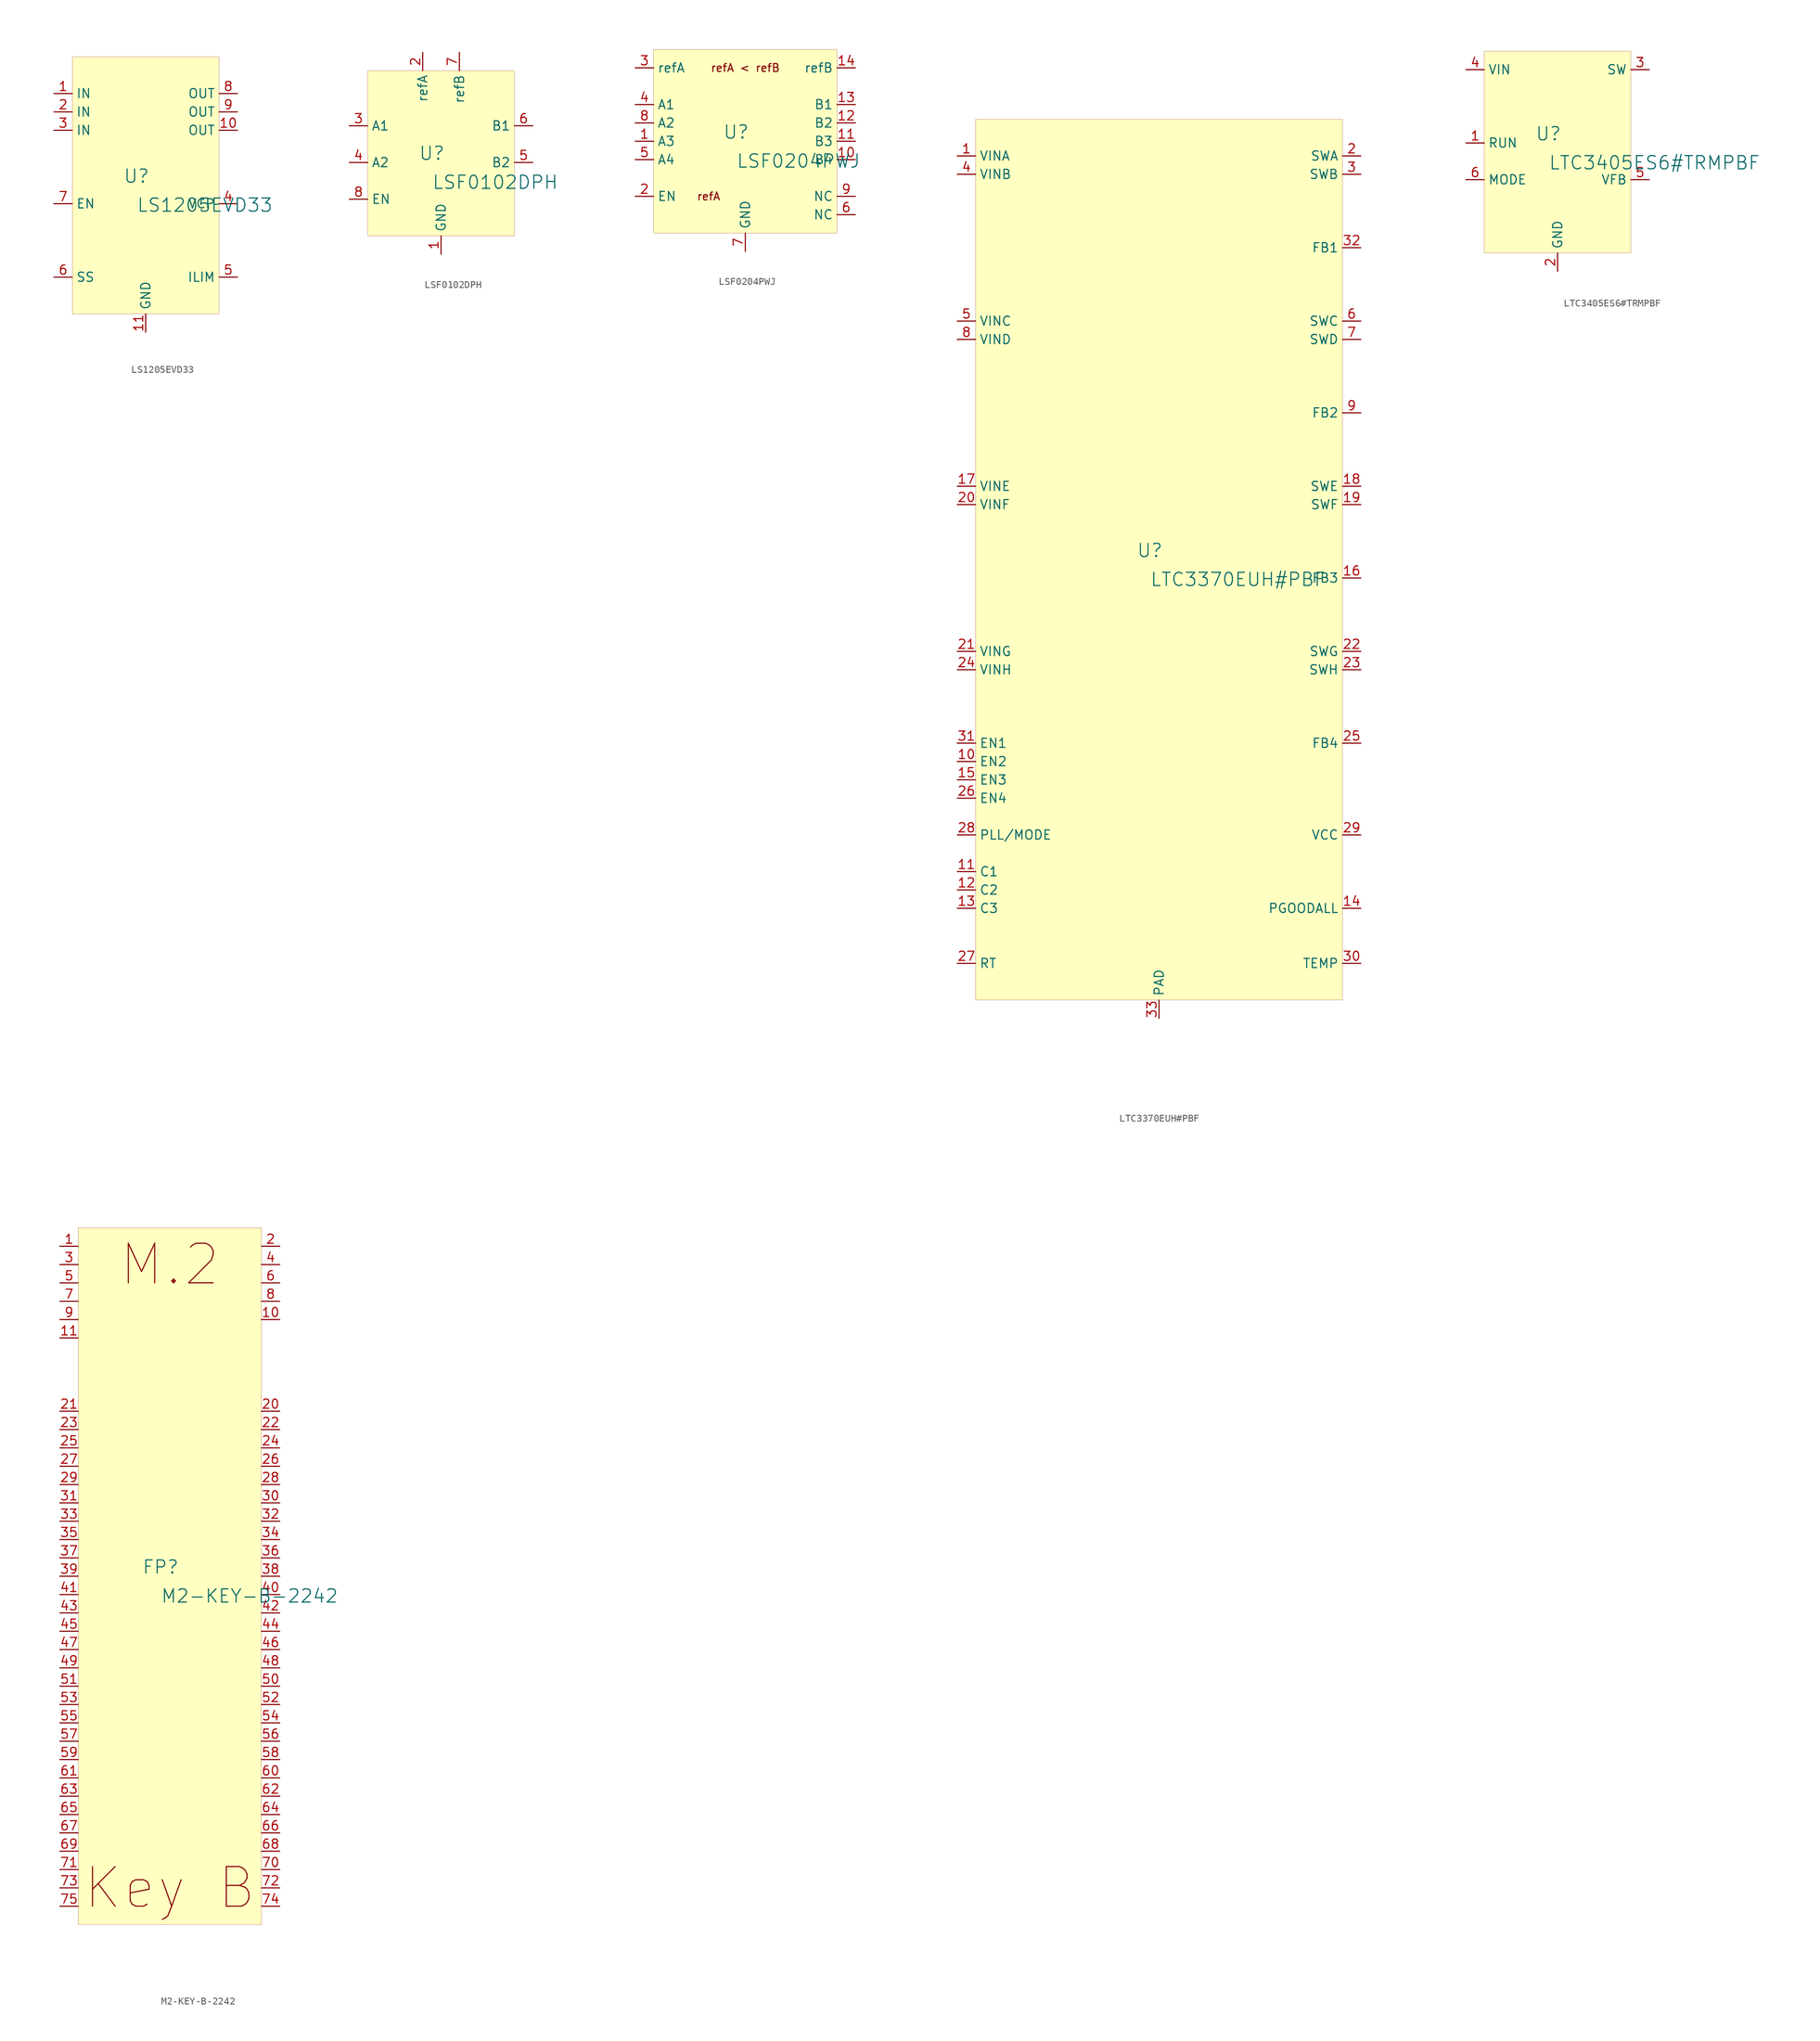
<source format=kicad_sym>
(kicad_symbol_lib
  (version 20231120)
  (generator "kicad_symbol_editor")
  (generator_version "8.0")
  (symbol "LS1205EVD33"
    (property "Reference" "U"
      (at -1.27 1.27 0)
      (effects (font (size 1.829 1.829))))
    (property "Value" "LS1205EVD33"
      (at -1.27 -3.81 0)
      (effects (font (size 1.829 1.829)) (justify left bottom)))
    (symbol "LS1205EVD33_1_0"
      (rectangle (start 10.16 17.78) (end -10.16 -17.78) (stroke (width 0.025) (type solid) (color 128 0 0 1)) (fill (type background)))
      (pin power_in line (at -12.7 12.7 0) (length 2.54) (name "IN" (effects (font (size 1.27 1.27)))) (number "1" (effects (font (size 1.27 1.27)))))
      (pin power_in line (at 12.7 7.62 180) (length 2.54) (name "OUT" (effects (font (size 1.27 1.27)))) (number "10" (effects (font (size 1.27 1.27)))))
      (pin power_in line (at 0 -20.32 90) (length 2.54) (name "GND" (effects (font (size 1.27 1.27)))) (number "11" (effects (font (size 1.27 1.27)))))
      (pin power_in line (at -12.7 10.16 0) (length 2.54) (name "IN" (effects (font (size 1.27 1.27)))) (number "2" (effects (font (size 1.27 1.27)))))
      (pin power_in line (at -12.7 7.62 0) (length 2.54) (name "IN" (effects (font (size 1.27 1.27)))) (number "3" (effects (font (size 1.27 1.27)))))
      (pin passive line (at 12.7 -2.54 180) (length 2.54) (name "VCP" (effects (font (size 1.27 1.27)))) (number "4" (effects (font (size 1.27 1.27)))))
      (pin passive line (at 12.7 -12.7 180) (length 2.54) (name "ILIM" (effects (font (size 1.27 1.27)))) (number "5" (effects (font (size 1.27 1.27)))))
      (pin passive line (at -12.7 -12.7 0) (length 2.54) (name "SS" (effects (font (size 1.27 1.27)))) (number "6" (effects (font (size 1.27 1.27)))))
      (pin input line (at -12.7 -2.54 0) (length 2.54) (name "EN" (effects (font (size 1.27 1.27)))) (number "7" (effects (font (size 1.27 1.27)))))
      (pin power_in line (at 12.7 12.7 180) (length 2.54) (name "OUT" (effects (font (size 1.27 1.27)))) (number "8" (effects (font (size 1.27 1.27)))))
      (pin power_in line (at 12.7 10.16 180) (length 2.54) (name "OUT" (effects (font (size 1.27 1.27)))) (number "9" (effects (font (size 1.27 1.27)))))))
  (symbol "LSF0102DPH"
    (property "Reference" "U"
      (at -1.27 1.27 0)
      (effects (font (size 1.829 1.829))))
    (property "Value" "LSF0102DPH"
      (at -1.27 -3.81 0)
      (effects (font (size 1.829 1.829)) (justify left bottom)))
    (symbol "LSF0102DPH_1_0"
      (rectangle (start 10.16 12.7) (end -10.16 -10.16) (stroke (width 0.025) (type solid) (color 128 0 0 1)) (fill (type background)))
      (pin passive line (at 0 -12.7 90) (length 2.54) (name "GND" (effects (font (size 1.27 1.27)))) (number "1" (effects (font (size 1.27 1.27)))))
      (pin passive line (at -2.54 15.24 270) (length 2.54) (name "refA" (effects (font (size 1.27 1.27)))) (number "2" (effects (font (size 1.27 1.27)))))
      (pin passive line (at -12.7 5.08 0) (length 2.54) (name "A1" (effects (font (size 1.27 1.27)))) (number "3" (effects (font (size 1.27 1.27)))))
      (pin passive line (at -12.7 0 0) (length 2.54) (name "A2" (effects (font (size 1.27 1.27)))) (number "4" (effects (font (size 1.27 1.27)))))
      (pin passive line (at 12.7 0 180) (length 2.54) (name "B2" (effects (font (size 1.27 1.27)))) (number "5" (effects (font (size 1.27 1.27)))))
      (pin passive line (at 12.7 5.08 180) (length 2.54) (name "B1" (effects (font (size 1.27 1.27)))) (number "6" (effects (font (size 1.27 1.27)))))
      (pin passive line (at 2.54 15.24 270) (length 2.54) (name "refB" (effects (font (size 1.27 1.27)))) (number "7" (effects (font (size 1.27 1.27)))))
      (pin passive line (at -12.7 -5.08 0) (length 2.54) (name "EN" (effects (font (size 1.27 1.27)))) (number "8" (effects (font (size 1.27 1.27)))))))
  (symbol "LSF0204PWJ"
    (property "Reference" "U"
      (at -1.27 1.27 0)
      (effects (font (size 1.829 1.829))))
    (property "Value" "LSF0204PWJ"
      (at -1.27 -3.81 0)
      (effects (font (size 1.829 1.829)) (justify left bottom)))
    (symbol "LSF0204PWJ_1_0"
      (rectangle (start 12.7 12.7) (end -12.7 -12.7) (stroke (width 0.025) (type solid) (color 128 0 0 1)) (fill (type background)))
      (text "refA" (at -5.08 -7.62 0) (effects (font (size 1.092 1.092))))
      (text "refA < refB" (at 0 10.16 0) (effects (font (size 1.092 1.092))))
      (pin bidirectional line (at -15.24 0 0) (length 2.54) (name "A3" (effects (font (size 1.27 1.27)))) (number "1" (effects (font (size 1.27 1.27)))))
      (pin bidirectional line (at 15.24 -2.54 180) (length 2.54) (name "B4" (effects (font (size 1.27 1.27)))) (number "10" (effects (font (size 1.27 1.27)))))
      (pin bidirectional line (at 15.24 0 180) (length 2.54) (name "B3" (effects (font (size 1.27 1.27)))) (number "11" (effects (font (size 1.27 1.27)))))
      (pin bidirectional line (at 15.24 2.54 180) (length 2.54) (name "B2" (effects (font (size 1.27 1.27)))) (number "12" (effects (font (size 1.27 1.27)))))
      (pin bidirectional line (at 15.24 5.08 180) (length 2.54) (name "B1" (effects (font (size 1.27 1.27)))) (number "13" (effects (font (size 1.27 1.27)))))
      (pin power_in line (at 15.24 10.16 180) (length 2.54) (name "refB" (effects (font (size 1.27 1.27)))) (number "14" (effects (font (size 1.27 1.27)))))
      (pin input line (at -15.24 -7.62 0) (length 2.54) (name "EN" (effects (font (size 1.27 1.27)))) (number "2" (effects (font (size 1.27 1.27)))))
      (pin power_in line (at -15.24 10.16 0) (length 2.54) (name "refA" (effects (font (size 1.27 1.27)))) (number "3" (effects (font (size 1.27 1.27)))))
      (pin bidirectional line (at -15.24 5.08 0) (length 2.54) (name "A1" (effects (font (size 1.27 1.27)))) (number "4" (effects (font (size 1.27 1.27)))))
      (pin bidirectional line (at -15.24 -2.54 0) (length 2.54) (name "A4" (effects (font (size 1.27 1.27)))) (number "5" (effects (font (size 1.27 1.27)))))
      (pin passive line (at 15.24 -10.16 180) (length 2.54) (name "NC" (effects (font (size 1.27 1.27)))) (number "6" (effects (font (size 1.27 1.27)))))
      (pin power_in line (at 0 -15.24 90) (length 2.54) (name "GND" (effects (font (size 1.27 1.27)))) (number "7" (effects (font (size 1.27 1.27)))))
      (pin bidirectional line (at -15.24 2.54 0) (length 2.54) (name "A2" (effects (font (size 1.27 1.27)))) (number "8" (effects (font (size 1.27 1.27)))))
      (pin passive line (at 15.24 -7.62 180) (length 2.54) (name "NC" (effects (font (size 1.27 1.27)))) (number "9" (effects (font (size 1.27 1.27)))))))
  (symbol "LTC3370EUH#PBF"
    (property "Reference" "U"
      (at -1.27 1.27 0)
      (effects (font (size 1.829 1.829))))
    (property "Value" "LTC3370EUH#PBF"
      (at -1.27 -3.81 0)
      (effects (font (size 1.829 1.829)) (justify left bottom)))
    (symbol "LTC3370EUH#PBF_1_0"
      (rectangle (start 25.4 60.96) (end -25.4 -60.96) (stroke (width 0.025) (type solid) (color 128 0 0 1)) (fill (type background)))
      (pin passive line (at -27.94 55.88 0) (length 2.54) (name "VINA" (effects (font (size 1.27 1.27)))) (number "1" (effects (font (size 1.27 1.27)))))
      (pin passive line (at -27.94 -27.94 0) (length 2.54) (name "EN2" (effects (font (size 1.27 1.27)))) (number "10" (effects (font (size 1.27 1.27)))))
      (pin passive line (at -27.94 -43.18 0) (length 2.54) (name "C1" (effects (font (size 1.27 1.27)))) (number "11" (effects (font (size 1.27 1.27)))))
      (pin passive line (at -27.94 -45.72 0) (length 2.54) (name "C2" (effects (font (size 1.27 1.27)))) (number "12" (effects (font (size 1.27 1.27)))))
      (pin passive line (at -27.94 -48.26 0) (length 2.54) (name "C3" (effects (font (size 1.27 1.27)))) (number "13" (effects (font (size 1.27 1.27)))))
      (pin passive line (at 27.94 -48.26 180) (length 2.54) (name "PGOODALL" (effects (font (size 1.27 1.27)))) (number "14" (effects (font (size 1.27 1.27)))))
      (pin passive line (at -27.94 -30.48 0) (length 2.54) (name "EN3" (effects (font (size 1.27 1.27)))) (number "15" (effects (font (size 1.27 1.27)))))
      (pin passive line (at 27.94 -2.54 180) (length 2.54) (name "FB3" (effects (font (size 1.27 1.27)))) (number "16" (effects (font (size 1.27 1.27)))))
      (pin passive line (at -27.94 10.16 0) (length 2.54) (name "VINE" (effects (font (size 1.27 1.27)))) (number "17" (effects (font (size 1.27 1.27)))))
      (pin passive line (at 27.94 10.16 180) (length 2.54) (name "SWE" (effects (font (size 1.27 1.27)))) (number "18" (effects (font (size 1.27 1.27)))))
      (pin passive line (at 27.94 7.62 180) (length 2.54) (name "SWF" (effects (font (size 1.27 1.27)))) (number "19" (effects (font (size 1.27 1.27)))))
      (pin passive line (at 27.94 55.88 180) (length 2.54) (name "SWA" (effects (font (size 1.27 1.27)))) (number "2" (effects (font (size 1.27 1.27)))))
      (pin passive line (at -27.94 7.62 0) (length 2.54) (name "VINF" (effects (font (size 1.27 1.27)))) (number "20" (effects (font (size 1.27 1.27)))))
      (pin passive line (at -27.94 -12.7 0) (length 2.54) (name "VING" (effects (font (size 1.27 1.27)))) (number "21" (effects (font (size 1.27 1.27)))))
      (pin passive line (at 27.94 -12.7 180) (length 2.54) (name "SWG" (effects (font (size 1.27 1.27)))) (number "22" (effects (font (size 1.27 1.27)))))
      (pin passive line (at 27.94 -15.24 180) (length 2.54) (name "SWH" (effects (font (size 1.27 1.27)))) (number "23" (effects (font (size 1.27 1.27)))))
      (pin passive line (at -27.94 -15.24 0) (length 2.54) (name "VINH" (effects (font (size 1.27 1.27)))) (number "24" (effects (font (size 1.27 1.27)))))
      (pin passive line (at 27.94 -25.4 180) (length 2.54) (name "FB4" (effects (font (size 1.27 1.27)))) (number "25" (effects (font (size 1.27 1.27)))))
      (pin passive line (at -27.94 -33.02 0) (length 2.54) (name "EN4" (effects (font (size 1.27 1.27)))) (number "26" (effects (font (size 1.27 1.27)))))
      (pin passive line (at -27.94 -55.88 0) (length 2.54) (name "RT" (effects (font (size 1.27 1.27)))) (number "27" (effects (font (size 1.27 1.27)))))
      (pin passive line (at -27.94 -38.1 0) (length 2.54) (name "PLL/MODE" (effects (font (size 1.27 1.27)))) (number "28" (effects (font (size 1.27 1.27)))))
      (pin passive line (at 27.94 -38.1 180) (length 2.54) (name "VCC" (effects (font (size 1.27 1.27)))) (number "29" (effects (font (size 1.27 1.27)))))
      (pin passive line (at 27.94 53.34 180) (length 2.54) (name "SWB" (effects (font (size 1.27 1.27)))) (number "3" (effects (font (size 1.27 1.27)))))
      (pin passive line (at 27.94 -55.88 180) (length 2.54) (name "TEMP" (effects (font (size 1.27 1.27)))) (number "30" (effects (font (size 1.27 1.27)))))
      (pin passive line (at -27.94 -25.4 0) (length 2.54) (name "EN1" (effects (font (size 1.27 1.27)))) (number "31" (effects (font (size 1.27 1.27)))))
      (pin passive line (at 27.94 43.18 180) (length 2.54) (name "FB1" (effects (font (size 1.27 1.27)))) (number "32" (effects (font (size 1.27 1.27)))))
      (pin passive line (at 0 -63.5 90) (length 2.54) (name "PAD" (effects (font (size 1.27 1.27)))) (number "33" (effects (font (size 1.27 1.27)))))
      (pin passive line (at -27.94 53.34 0) (length 2.54) (name "VINB" (effects (font (size 1.27 1.27)))) (number "4" (effects (font (size 1.27 1.27)))))
      (pin passive line (at -27.94 33.02 0) (length 2.54) (name "VINC" (effects (font (size 1.27 1.27)))) (number "5" (effects (font (size 1.27 1.27)))))
      (pin passive line (at 27.94 33.02 180) (length 2.54) (name "SWC" (effects (font (size 1.27 1.27)))) (number "6" (effects (font (size 1.27 1.27)))))
      (pin passive line (at 27.94 30.48 180) (length 2.54) (name "SWD" (effects (font (size 1.27 1.27)))) (number "7" (effects (font (size 1.27 1.27)))))
      (pin passive line (at -27.94 30.48 0) (length 2.54) (name "VIND" (effects (font (size 1.27 1.27)))) (number "8" (effects (font (size 1.27 1.27)))))
      (pin passive line (at 27.94 20.32 180) (length 2.54) (name "FB2" (effects (font (size 1.27 1.27)))) (number "9" (effects (font (size 1.27 1.27)))))))
  (symbol "LTC3405ES6#TRMPBF"
    (property "Reference" "U"
      (at -1.27 1.27 0)
      (effects (font (size 1.829 1.829))))
    (property "Value" "LTC3405ES6#TRMPBF"
      (at -1.27 -3.81 0)
      (effects (font (size 1.829 1.829)) (justify left bottom)))
    (symbol "LTC3405ES6#TRMPBF_1_0"
      (rectangle (start 10.16 12.7) (end -10.16 -15.24) (stroke (width 0.025) (type solid) (color 128 0 0 1)) (fill (type background)))
      (pin input line (at -12.7 0 0) (length 2.54) (name "RUN" (effects (font (size 1.27 1.27)))) (number "1" (effects (font (size 1.27 1.27)))))
      (pin power_in line (at 0 -17.78 90) (length 2.54) (name "GND" (effects (font (size 1.27 1.27)))) (number "2" (effects (font (size 1.27 1.27)))))
      (pin power_in line (at 12.7 10.16 180) (length 2.54) (name "SW" (effects (font (size 1.27 1.27)))) (number "3" (effects (font (size 1.27 1.27)))))
      (pin power_in line (at -12.7 10.16 0) (length 2.54) (name "VIN" (effects (font (size 1.27 1.27)))) (number "4" (effects (font (size 1.27 1.27)))))
      (pin input line (at 12.7 -5.08 180) (length 2.54) (name "VFB" (effects (font (size 1.27 1.27)))) (number "5" (effects (font (size 1.27 1.27)))))
      (pin passive line (at -12.7 -5.08 0) (length 2.54) (name "MODE" (effects (font (size 1.27 1.27)))) (number "6" (effects (font (size 1.27 1.27)))))))
  (symbol "M2-KEY-B-2242"
    (property "Reference" "FP"
      (at -1.27 1.27 0)
      (effects (font (size 1.829 1.829))))
    (property "Value" "M2-KEY-B-2242"
      (at -1.27 -3.81 0)
      (effects (font (size 1.829 1.829)) (justify left bottom)))
    (symbol "M2-KEY-B-2242_1_0"
      (rectangle (start 12.7 48.26) (end -12.7 -48.26) (stroke (width 0.025) (type solid) (color 128 0 0 1)) (fill (type background)))
      (text "Key B" (at 0 -43.18 0) (effects (font (size 5.486 5.486))))
      (text "M.2" (at 0 43.18 0) (effects (font (size 5.486 5.486))))
      (pin passive line (at -15.24 45.72 0) (length 2.54) (name "" (effects (font (size 0 0)))) (number "1" (effects (font (size 1.27 1.27)))))
      (pin passive line (at 15.24 35.56 180) (length 2.54) (name "" (effects (font (size 0 0)))) (number "10" (effects (font (size 1.27 1.27)))))
      (pin passive line (at -15.24 33.02 0) (length 2.54) (name "" (effects (font (size 0 0)))) (number "11" (effects (font (size 1.27 1.27)))))
      (pin passive line (at 15.24 45.72 180) (length 2.54) (name "" (effects (font (size 0 0)))) (number "2" (effects (font (size 1.27 1.27)))))
      (pin passive line (at 15.24 22.86 180) (length 2.54) (name "" (effects (font (size 0 0)))) (number "20" (effects (font (size 1.27 1.27)))))
      (pin passive line (at -15.24 22.86 0) (length 2.54) (name "" (effects (font (size 0 0)))) (number "21" (effects (font (size 1.27 1.27)))))
      (pin passive line (at 15.24 20.32 180) (length 2.54) (name "" (effects (font (size 0 0)))) (number "22" (effects (font (size 1.27 1.27)))))
      (pin passive line (at -15.24 20.32 0) (length 2.54) (name "" (effects (font (size 0 0)))) (number "23" (effects (font (size 1.27 1.27)))))
      (pin passive line (at 15.24 17.78 180) (length 2.54) (name "" (effects (font (size 0 0)))) (number "24" (effects (font (size 1.27 1.27)))))
      (pin passive line (at -15.24 17.78 0) (length 2.54) (name "" (effects (font (size 0 0)))) (number "25" (effects (font (size 1.27 1.27)))))
      (pin passive line (at 15.24 15.24 180) (length 2.54) (name "" (effects (font (size 0 0)))) (number "26" (effects (font (size 1.27 1.27)))))
      (pin passive line (at -15.24 15.24 0) (length 2.54) (name "" (effects (font (size 0 0)))) (number "27" (effects (font (size 1.27 1.27)))))
      (pin passive line (at 15.24 12.7 180) (length 2.54) (name "" (effects (font (size 0 0)))) (number "28" (effects (font (size 1.27 1.27)))))
      (pin passive line (at -15.24 12.7 0) (length 2.54) (name "" (effects (font (size 0 0)))) (number "29" (effects (font (size 1.27 1.27)))))
      (pin passive line (at -15.24 43.18 0) (length 2.54) (name "" (effects (font (size 0 0)))) (number "3" (effects (font (size 1.27 1.27)))))
      (pin passive line (at 15.24 10.16 180) (length 2.54) (name "" (effects (font (size 0 0)))) (number "30" (effects (font (size 1.27 1.27)))))
      (pin passive line (at -15.24 10.16 0) (length 2.54) (name "" (effects (font (size 0 0)))) (number "31" (effects (font (size 1.27 1.27)))))
      (pin passive line (at 15.24 7.62 180) (length 2.54) (name "" (effects (font (size 0 0)))) (number "32" (effects (font (size 1.27 1.27)))))
      (pin passive line (at -15.24 7.62 0) (length 2.54) (name "" (effects (font (size 0 0)))) (number "33" (effects (font (size 1.27 1.27)))))
      (pin passive line (at 15.24 5.08 180) (length 2.54) (name "" (effects (font (size 0 0)))) (number "34" (effects (font (size 1.27 1.27)))))
      (pin passive line (at -15.24 5.08 0) (length 2.54) (name "" (effects (font (size 0 0)))) (number "35" (effects (font (size 1.27 1.27)))))
      (pin passive line (at 15.24 2.54 180) (length 2.54) (name "" (effects (font (size 0 0)))) (number "36" (effects (font (size 1.27 1.27)))))
      (pin passive line (at -15.24 2.54 0) (length 2.54) (name "" (effects (font (size 0 0)))) (number "37" (effects (font (size 1.27 1.27)))))
      (pin passive line (at 15.24 0 180) (length 2.54) (name "" (effects (font (size 0 0)))) (number "38" (effects (font (size 1.27 1.27)))))
      (pin passive line (at -15.24 0 0) (length 2.54) (name "" (effects (font (size 0 0)))) (number "39" (effects (font (size 1.27 1.27)))))
      (pin passive line (at 15.24 43.18 180) (length 2.54) (name "" (effects (font (size 0 0)))) (number "4" (effects (font (size 1.27 1.27)))))
      (pin passive line (at 15.24 -2.54 180) (length 2.54) (name "" (effects (font (size 0 0)))) (number "40" (effects (font (size 1.27 1.27)))))
      (pin passive line (at -15.24 -2.54 0) (length 2.54) (name "" (effects (font (size 0 0)))) (number "41" (effects (font (size 1.27 1.27)))))
      (pin passive line (at 15.24 -5.08 180) (length 2.54) (name "" (effects (font (size 0 0)))) (number "42" (effects (font (size 1.27 1.27)))))
      (pin passive line (at -15.24 -5.08 0) (length 2.54) (name "" (effects (font (size 0 0)))) (number "43" (effects (font (size 1.27 1.27)))))
      (pin passive line (at 15.24 -7.62 180) (length 2.54) (name "" (effects (font (size 0 0)))) (number "44" (effects (font (size 1.27 1.27)))))
      (pin passive line (at -15.24 -7.62 0) (length 2.54) (name "" (effects (font (size 0 0)))) (number "45" (effects (font (size 1.27 1.27)))))
      (pin passive line (at 15.24 -10.16 180) (length 2.54) (name "" (effects (font (size 0 0)))) (number "46" (effects (font (size 1.27 1.27)))))
      (pin passive line (at -15.24 -10.16 0) (length 2.54) (name "" (effects (font (size 0 0)))) (number "47" (effects (font (size 1.27 1.27)))))
      (pin passive line (at 15.24 -12.7 180) (length 2.54) (name "" (effects (font (size 0 0)))) (number "48" (effects (font (size 1.27 1.27)))))
      (pin passive line (at -15.24 -12.7 0) (length 2.54) (name "" (effects (font (size 0 0)))) (number "49" (effects (font (size 1.27 1.27)))))
      (pin passive line (at -15.24 40.64 0) (length 2.54) (name "" (effects (font (size 0 0)))) (number "5" (effects (font (size 1.27 1.27)))))
      (pin passive line (at 15.24 -15.24 180) (length 2.54) (name "" (effects (font (size 0 0)))) (number "50" (effects (font (size 1.27 1.27)))))
      (pin passive line (at -15.24 -15.24 0) (length 2.54) (name "" (effects (font (size 0 0)))) (number "51" (effects (font (size 1.27 1.27)))))
      (pin passive line (at 15.24 -17.78 180) (length 2.54) (name "" (effects (font (size 0 0)))) (number "52" (effects (font (size 1.27 1.27)))))
      (pin passive line (at -15.24 -17.78 0) (length 2.54) (name "" (effects (font (size 0 0)))) (number "53" (effects (font (size 1.27 1.27)))))
      (pin passive line (at 15.24 -20.32 180) (length 2.54) (name "" (effects (font (size 0 0)))) (number "54" (effects (font (size 1.27 1.27)))))
      (pin passive line (at -15.24 -20.32 0) (length 2.54) (name "" (effects (font (size 0 0)))) (number "55" (effects (font (size 1.27 1.27)))))
      (pin passive line (at 15.24 -22.86 180) (length 2.54) (name "" (effects (font (size 0 0)))) (number "56" (effects (font (size 1.27 1.27)))))
      (pin passive line (at -15.24 -22.86 0) (length 2.54) (name "" (effects (font (size 0 0)))) (number "57" (effects (font (size 1.27 1.27)))))
      (pin passive line (at 15.24 -25.4 180) (length 2.54) (name "" (effects (font (size 0 0)))) (number "58" (effects (font (size 1.27 1.27)))))
      (pin passive line (at -15.24 -25.4 0) (length 2.54) (name "" (effects (font (size 0 0)))) (number "59" (effects (font (size 1.27 1.27)))))
      (pin passive line (at 15.24 40.64 180) (length 2.54) (name "" (effects (font (size 0 0)))) (number "6" (effects (font (size 1.27 1.27)))))
      (pin passive line (at 15.24 -27.94 180) (length 2.54) (name "" (effects (font (size 0 0)))) (number "60" (effects (font (size 1.27 1.27)))))
      (pin passive line (at -15.24 -27.94 0) (length 2.54) (name "" (effects (font (size 0 0)))) (number "61" (effects (font (size 1.27 1.27)))))
      (pin passive line (at 15.24 -30.48 180) (length 2.54) (name "" (effects (font (size 0 0)))) (number "62" (effects (font (size 1.27 1.27)))))
      (pin passive line (at -15.24 -30.48 0) (length 2.54) (name "" (effects (font (size 0 0)))) (number "63" (effects (font (size 1.27 1.27)))))
      (pin passive line (at 15.24 -33.02 180) (length 2.54) (name "" (effects (font (size 0 0)))) (number "64" (effects (font (size 1.27 1.27)))))
      (pin passive line (at -15.24 -33.02 0) (length 2.54) (name "" (effects (font (size 0 0)))) (number "65" (effects (font (size 1.27 1.27)))))
      (pin passive line (at 15.24 -35.56 180) (length 2.54) (name "" (effects (font (size 0 0)))) (number "66" (effects (font (size 1.27 1.27)))))
      (pin passive line (at -15.24 -35.56 0) (length 2.54) (name "" (effects (font (size 0 0)))) (number "67" (effects (font (size 1.27 1.27)))))
      (pin passive line (at 15.24 -38.1 180) (length 2.54) (name "" (effects (font (size 0 0)))) (number "68" (effects (font (size 1.27 1.27)))))
      (pin passive line (at -15.24 -38.1 0) (length 2.54) (name "" (effects (font (size 0 0)))) (number "69" (effects (font (size 1.27 1.27)))))
      (pin passive line (at -15.24 38.1 0) (length 2.54) (name "" (effects (font (size 0 0)))) (number "7" (effects (font (size 1.27 1.27)))))
      (pin passive line (at 15.24 -40.64 180) (length 2.54) (name "" (effects (font (size 0 0)))) (number "70" (effects (font (size 1.27 1.27)))))
      (pin passive line (at -15.24 -40.64 0) (length 2.54) (name "" (effects (font (size 0 0)))) (number "71" (effects (font (size 1.27 1.27)))))
      (pin passive line (at 15.24 -43.18 180) (length 2.54) (name "" (effects (font (size 0 0)))) (number "72" (effects (font (size 1.27 1.27)))))
      (pin passive line (at -15.24 -43.18 0) (length 2.54) (name "" (effects (font (size 0 0)))) (number "73" (effects (font (size 1.27 1.27)))))
      (pin passive line (at 15.24 -45.72 180) (length 2.54) (name "" (effects (font (size 0 0)))) (number "74" (effects (font (size 1.27 1.27)))))
      (pin passive line (at -15.24 -45.72 0) (length 2.54) (name "" (effects (font (size 0 0)))) (number "75" (effects (font (size 1.27 1.27)))))
      (pin passive line (at 15.24 38.1 180) (length 2.54) (name "" (effects (font (size 0 0)))) (number "8" (effects (font (size 1.27 1.27)))))
      (pin passive line (at -15.24 35.56 0) (length 2.54) (name "" (effects (font (size 0 0)))) (number "9" (effects (font (size 1.27 1.27))))))))
</source>
